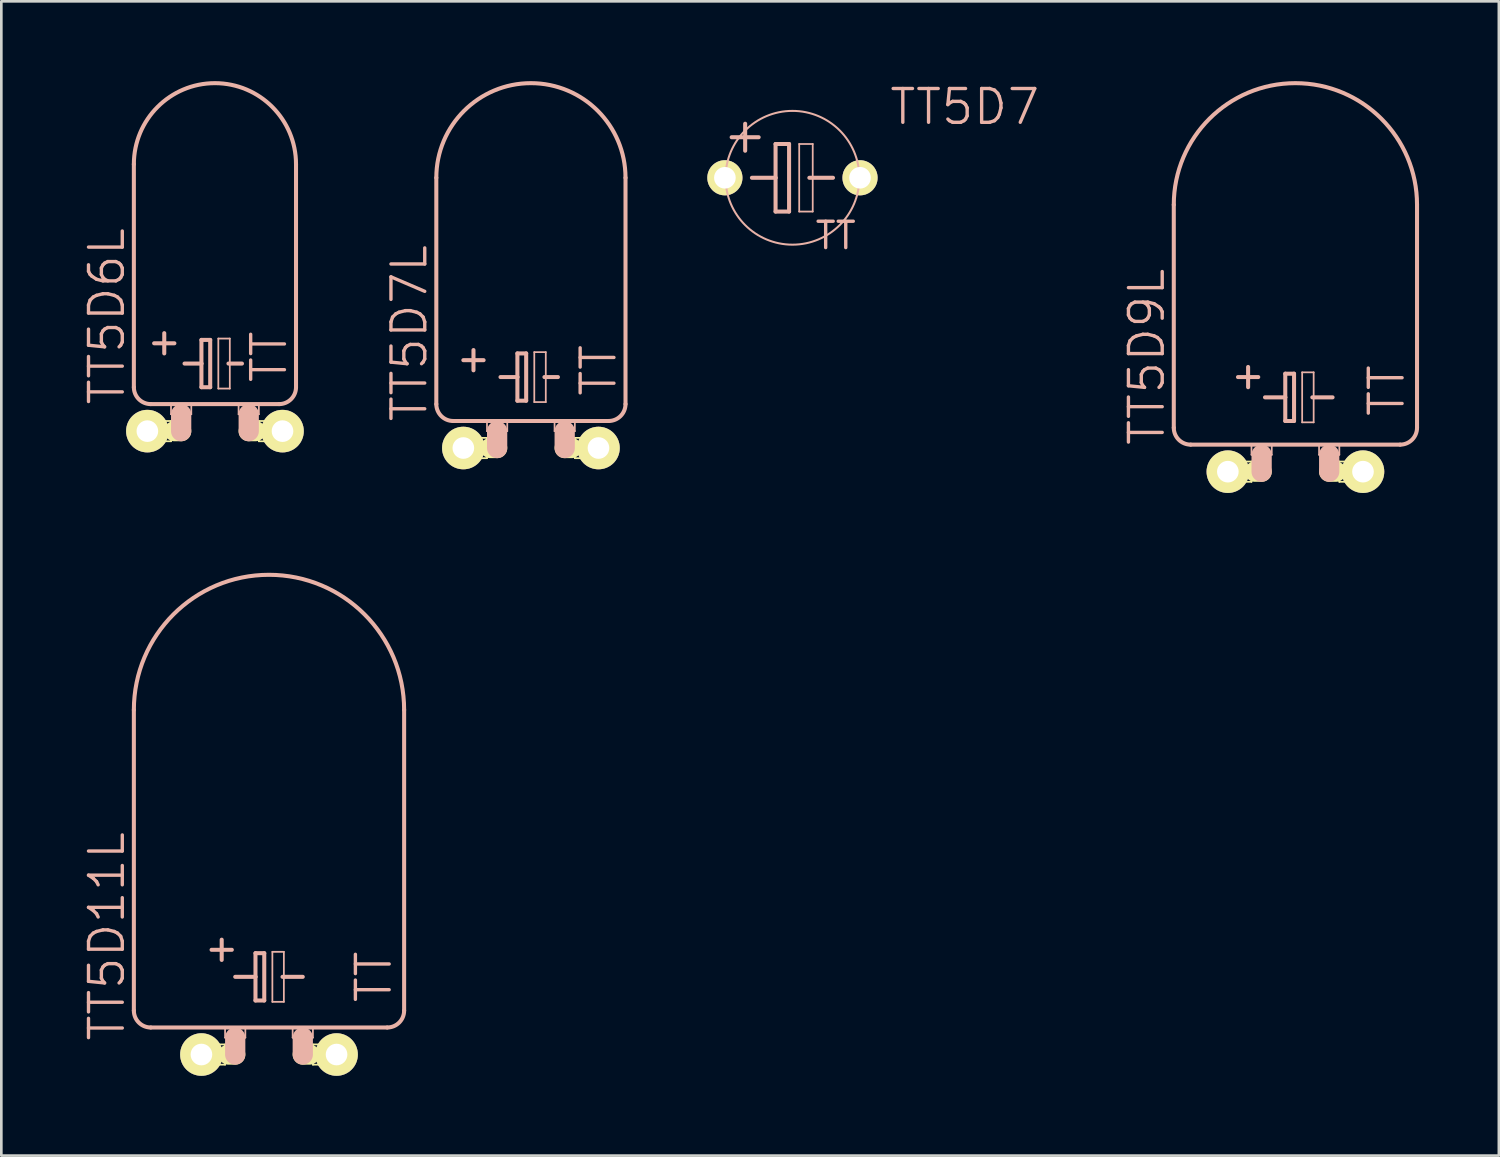
<source format=kicad_pcb>
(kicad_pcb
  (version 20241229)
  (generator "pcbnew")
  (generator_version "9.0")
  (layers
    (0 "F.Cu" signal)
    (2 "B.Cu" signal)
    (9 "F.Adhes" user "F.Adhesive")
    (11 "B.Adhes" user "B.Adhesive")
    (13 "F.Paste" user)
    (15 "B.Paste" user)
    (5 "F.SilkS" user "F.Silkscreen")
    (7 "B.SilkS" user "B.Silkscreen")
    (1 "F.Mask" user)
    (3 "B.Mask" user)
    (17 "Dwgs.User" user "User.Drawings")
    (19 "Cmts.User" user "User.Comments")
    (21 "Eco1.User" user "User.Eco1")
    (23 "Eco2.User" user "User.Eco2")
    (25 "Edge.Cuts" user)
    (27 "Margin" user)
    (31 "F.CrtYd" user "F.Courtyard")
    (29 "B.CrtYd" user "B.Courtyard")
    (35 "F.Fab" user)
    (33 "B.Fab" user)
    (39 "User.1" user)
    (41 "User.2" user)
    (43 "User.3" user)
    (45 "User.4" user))
  (footprint "TT5D11L"
    (layer "F.Cu")
    (at 7.062 36.592)
    (property "Reference" "TT5D11L" (at -6.096 -4.445 90) (layer "B.SilkS") (effects (font (size 1.27 1.27) (thickness 0.127))))
    (attr exclude_from_pos_files exclude_from_bom)
    (fp_line (start -2.54 -0.381) (end -1.651 -0.381) (stroke (width 0.066) (type solid)) (layer "F.SilkS"))
    (fp_line (start -2.54 0.381) (end -2.54 -0.381) (stroke (width 0.066) (type solid)) (layer "F.SilkS"))
    (fp_line (start -2.54 0.381) (end -1.651 0.381) (stroke (width 0.066) (type solid)) (layer "F.SilkS"))
    (fp_line (start -1.651 0.381) (end -1.651 -0.381) (stroke (width 0.066) (type solid)) (layer "F.SilkS"))
    (fp_line (start -1.524 0) (end -1.27 0) (stroke (width 0.762) (type solid)) (layer "F.SilkS"))
    (fp_line (start 1.524 0) (end 1.27 0) (stroke (width 0.762) (type solid)) (layer "F.SilkS"))
    (fp_line (start 1.651 -0.381) (end 2.54 -0.381) (stroke (width 0.066) (type solid)) (layer "F.SilkS"))
    (fp_line (start 1.651 0.381) (end 1.651 -0.381) (stroke (width 0.066) (type solid)) (layer "F.SilkS"))
    (fp_line (start 1.651 0.381) (end 2.54 0.381) (stroke (width 0.066) (type solid)) (layer "F.SilkS"))
    (fp_line (start 2.54 0.381) (end 2.54 -0.381) (stroke (width 0.066) (type solid)) (layer "F.SilkS"))
    (fp_line (start -5.08 -12.954) (end -5.08 -1.651) (stroke (width 0.152) (type solid)) (layer "B.SilkS"))
    (fp_line (start -4.445 -1.016) (end 4.445 -1.016) (stroke (width 0.152) (type solid)) (layer "B.SilkS"))
    (fp_line (start -2.159 -3.937) (end -1.397 -3.937) (stroke (width 0.152) (type solid)) (layer "B.SilkS"))
    (fp_line (start -1.778 -4.318) (end -1.778 -3.556) (stroke (width 0.152) (type solid)) (layer "B.SilkS"))
    (fp_line (start -1.651 -1.016) (end -0.889 -1.016) (stroke (width 0.066) (type solid)) (layer "B.SilkS"))
    (fp_line (start -1.651 -0.635) (end -1.651 -1.016) (stroke (width 0.066) (type solid)) (layer "B.SilkS"))
    (fp_line (start -1.651 -0.635) (end -0.889 -0.635) (stroke (width 0.066) (type solid)) (layer "B.SilkS"))
    (fp_line (start -1.27 -2.921) (end -0.508 -2.921) (stroke (width 0.152) (type solid)) (layer "B.SilkS"))
    (fp_line (start -1.27 -0.635) (end -1.27 0) (stroke (width 0.762) (type solid)) (layer "B.SilkS"))
    (fp_line (start -0.889 -0.635) (end -0.889 -1.016) (stroke (width 0.066) (type solid)) (layer "B.SilkS"))
    (fp_line (start -0.508 -3.81) (end -0.508 -2.921) (stroke (width 0.152) (type solid)) (layer "B.SilkS"))
    (fp_line (start -0.508 -2.921) (end -0.508 -2.032) (stroke (width 0.152) (type solid)) (layer "B.SilkS"))
    (fp_line (start -0.508 -2.032) (end -0.178 -2.032) (stroke (width 0.152) (type solid)) (layer "B.SilkS"))
    (fp_line (start -0.178 -3.81) (end -0.508 -3.81) (stroke (width 0.152) (type solid)) (layer "B.SilkS"))
    (fp_line (start -0.178 -2.032) (end -0.178 -3.81) (stroke (width 0.152) (type solid)) (layer "B.SilkS"))
    (fp_line (start 0.127 -3.861) (end 0.559 -3.861) (stroke (width 0.066) (type solid)) (layer "B.SilkS"))
    (fp_line (start 0.127 -1.981) (end 0.127 -3.861) (stroke (width 0.066) (type solid)) (layer "B.SilkS"))
    (fp_line (start 0.127 -1.981) (end 0.559 -1.981) (stroke (width 0.066) (type solid)) (layer "B.SilkS"))
    (fp_line (start 0.508 -2.921) (end 1.27 -2.921) (stroke (width 0.152) (type solid)) (layer "B.SilkS"))
    (fp_line (start 0.559 -1.981) (end 0.559 -3.861) (stroke (width 0.066) (type solid)) (layer "B.SilkS"))
    (fp_line (start 0.889 -1.016) (end 1.651 -1.016) (stroke (width 0.066) (type solid)) (layer "B.SilkS"))
    (fp_line (start 0.889 -0.635) (end 0.889 -1.016) (stroke (width 0.066) (type solid)) (layer "B.SilkS"))
    (fp_line (start 0.889 -0.635) (end 1.651 -0.635) (stroke (width 0.066) (type solid)) (layer "B.SilkS"))
    (fp_line (start 1.27 -0.635) (end 1.27 0) (stroke (width 0.762) (type solid)) (layer "B.SilkS"))
    (fp_line (start 1.651 -0.635) (end 1.651 -1.016) (stroke (width 0.066) (type solid)) (layer "B.SilkS"))
    (fp_line (start 5.08 -12.954) (end 5.08 -1.651) (stroke (width 0.152) (type solid)) (layer "B.SilkS"))
    (fp_arc (start -5.08 -12.954) (mid 0 -18.034) (end 5.08 -12.954) (stroke (width 0.1524) (type solid)) (layer "B.SilkS"))
    (fp_arc (start -4.445 -1.016) (mid -4.894013 -1.201987) (end -5.08 -1.651) (stroke (width 0.1524) (type solid)) (layer "B.SilkS"))
    (fp_arc (start 5.08 -1.651) (mid 4.894013 -1.201987) (end 4.445 -1.016) (stroke (width 0.1524) (type solid)) (layer "B.SilkS"))
    (fp_text user "TT" (at 3.937 -2.921 90) (layer "B.SilkS") (effects (font (size 1.27 1.27) (thickness 0.127))))
    (pad "+" thru_hole circle (at -2.54 0) (size 1.6 1.6) (drill 0.813) (layers "*.Cu" "F.Mask" "F.SilkS" "F.Paste"))
    (pad "-" thru_hole circle (at 2.54 0) (size 1.6 1.6) (drill 0.813) (layers "*.Cu" "F.Mask" "F.SilkS" "F.Paste")))
  (footprint "TT5D9L"
    (layer "F.Cu")
    (at 45.647 14.681)
    (property "Reference" "TT5D9L" (at -5.588 -4.318 90) (layer "B.SilkS") (effects (font (size 1.27 1.27) (thickness 0.127))))
    (attr exclude_from_pos_files exclude_from_bom)
    (fp_line (start -2.54 -0.381) (end -1.651 -0.381) (stroke (width 0.066) (type solid)) (layer "F.SilkS"))
    (fp_line (start -2.54 0.381) (end -2.54 -0.381) (stroke (width 0.066) (type solid)) (layer "F.SilkS"))
    (fp_line (start -2.54 0.381) (end -1.651 0.381) (stroke (width 0.066) (type solid)) (layer "F.SilkS"))
    (fp_line (start -1.651 0.381) (end -1.651 -0.381) (stroke (width 0.066) (type solid)) (layer "F.SilkS"))
    (fp_line (start -1.524 0) (end -1.27 0) (stroke (width 0.762) (type solid)) (layer "F.SilkS"))
    (fp_line (start 1.524 0) (end 1.27 0) (stroke (width 0.762) (type solid)) (layer "F.SilkS"))
    (fp_line (start 1.651 -0.381) (end 2.54 -0.381) (stroke (width 0.066) (type solid)) (layer "F.SilkS"))
    (fp_line (start 1.651 0.381) (end 1.651 -0.381) (stroke (width 0.066) (type solid)) (layer "F.SilkS"))
    (fp_line (start 1.651 0.381) (end 2.54 0.381) (stroke (width 0.066) (type solid)) (layer "F.SilkS"))
    (fp_line (start 2.54 0.381) (end 2.54 -0.381) (stroke (width 0.066) (type solid)) (layer "F.SilkS"))
    (fp_line (start -4.572 -10.033) (end -4.572 -1.651) (stroke (width 0.152) (type solid)) (layer "B.SilkS"))
    (fp_line (start -3.937 -1.016) (end 3.937 -1.016) (stroke (width 0.152) (type solid)) (layer "B.SilkS"))
    (fp_line (start -2.159 -3.556) (end -1.397 -3.556) (stroke (width 0.152) (type solid)) (layer "B.SilkS"))
    (fp_line (start -1.778 -3.937) (end -1.778 -3.175) (stroke (width 0.152) (type solid)) (layer "B.SilkS"))
    (fp_line (start -1.651 -1.016) (end -0.889 -1.016) (stroke (width 0.066) (type solid)) (layer "B.SilkS"))
    (fp_line (start -1.651 -0.635) (end -1.651 -1.016) (stroke (width 0.066) (type solid)) (layer "B.SilkS"))
    (fp_line (start -1.651 -0.635) (end -0.889 -0.635) (stroke (width 0.066) (type solid)) (layer "B.SilkS"))
    (fp_line (start -1.27 -0.635) (end -1.27 0) (stroke (width 0.762) (type solid)) (layer "B.SilkS"))
    (fp_line (start -1.143 -2.794) (end -0.381 -2.794) (stroke (width 0.152) (type solid)) (layer "B.SilkS"))
    (fp_line (start -0.889 -0.635) (end -0.889 -1.016) (stroke (width 0.066) (type solid)) (layer "B.SilkS"))
    (fp_line (start -0.381 -3.683) (end -0.381 -2.794) (stroke (width 0.152) (type solid)) (layer "B.SilkS"))
    (fp_line (start -0.381 -2.794) (end -0.381 -1.905) (stroke (width 0.152) (type solid)) (layer "B.SilkS"))
    (fp_line (start -0.381 -1.905) (end -0.051 -1.905) (stroke (width 0.152) (type solid)) (layer "B.SilkS"))
    (fp_line (start -0.051 -3.683) (end -0.381 -3.683) (stroke (width 0.152) (type solid)) (layer "B.SilkS"))
    (fp_line (start -0.051 -1.905) (end -0.051 -3.683) (stroke (width 0.152) (type solid)) (layer "B.SilkS"))
    (fp_line (start 0.254 -3.734) (end 0.686 -3.734) (stroke (width 0.066) (type solid)) (layer "B.SilkS"))
    (fp_line (start 0.254 -1.854) (end 0.254 -3.734) (stroke (width 0.066) (type solid)) (layer "B.SilkS"))
    (fp_line (start 0.254 -1.854) (end 0.686 -1.854) (stroke (width 0.066) (type solid)) (layer "B.SilkS"))
    (fp_line (start 0.635 -2.794) (end 1.397 -2.794) (stroke (width 0.152) (type solid)) (layer "B.SilkS"))
    (fp_line (start 0.686 -1.854) (end 0.686 -3.734) (stroke (width 0.066) (type solid)) (layer "B.SilkS"))
    (fp_line (start 0.889 -1.016) (end 1.651 -1.016) (stroke (width 0.066) (type solid)) (layer "B.SilkS"))
    (fp_line (start 0.889 -0.635) (end 0.889 -1.016) (stroke (width 0.066) (type solid)) (layer "B.SilkS"))
    (fp_line (start 0.889 -0.635) (end 1.651 -0.635) (stroke (width 0.066) (type solid)) (layer "B.SilkS"))
    (fp_line (start 1.27 -0.635) (end 1.27 0) (stroke (width 0.762) (type solid)) (layer "B.SilkS"))
    (fp_line (start 1.651 -0.635) (end 1.651 -1.016) (stroke (width 0.066) (type solid)) (layer "B.SilkS"))
    (fp_line (start 4.572 -10.033) (end 4.572 -1.651) (stroke (width 0.152) (type solid)) (layer "B.SilkS"))
    (fp_arc (start -4.572 -10.033) (mid 0 -14.605) (end 4.572 -10.033) (stroke (width 0.1524) (type solid)) (layer "B.SilkS"))
    (fp_arc (start -3.937 -1.016) (mid -4.386013 -1.201987) (end -4.572 -1.651) (stroke (width 0.1524) (type solid)) (layer "B.SilkS"))
    (fp_arc (start 4.572 -1.651) (mid 4.386013 -1.201987) (end 3.937 -1.016) (stroke (width 0.1524) (type solid)) (layer "B.SilkS"))
    (fp_text user "TT" (at 3.429 -3.048 90) (layer "B.SilkS") (effects (font (size 1.27 1.27) (thickness 0.127))))
    (pad "+" thru_hole circle (at -2.54 0) (size 1.6 1.6) (drill 0.813) (layers "*.Cu" "F.Mask" "F.SilkS" "F.Paste"))
    (pad "-" thru_hole circle (at 2.54 0) (size 1.6 1.6) (drill 0.813) (layers "*.Cu" "F.Mask" "F.SilkS" "F.Paste")))
  (footprint "TT5D6L"
    (layer "F.Cu")
    (at 5.03 13.157)
    (property "Reference" "TT5D6L" (at -4.064 -4.318 90) (layer "B.SilkS") (effects (font (size 1.27 1.27) (thickness 0.127))))
    (attr exclude_from_pos_files exclude_from_bom)
    (fp_line (start -2.54 -0.381) (end -1.651 -0.381) (stroke (width 0.066) (type solid)) (layer "F.SilkS"))
    (fp_line (start -2.54 0.381) (end -2.54 -0.381) (stroke (width 0.066) (type solid)) (layer "F.SilkS"))
    (fp_line (start -2.54 0.381) (end -1.651 0.381) (stroke (width 0.066) (type solid)) (layer "F.SilkS"))
    (fp_line (start -1.651 0.381) (end -1.651 -0.381) (stroke (width 0.066) (type solid)) (layer "F.SilkS"))
    (fp_line (start -1.524 0) (end -1.27 0) (stroke (width 0.762) (type solid)) (layer "F.SilkS"))
    (fp_line (start 1.524 0) (end 1.27 0) (stroke (width 0.762) (type solid)) (layer "F.SilkS"))
    (fp_line (start 1.651 -0.381) (end 2.54 -0.381) (stroke (width 0.066) (type solid)) (layer "F.SilkS"))
    (fp_line (start 1.651 0.381) (end 1.651 -0.381) (stroke (width 0.066) (type solid)) (layer "F.SilkS"))
    (fp_line (start 1.651 0.381) (end 2.54 0.381) (stroke (width 0.066) (type solid)) (layer "F.SilkS"))
    (fp_line (start 2.54 0.381) (end 2.54 -0.381) (stroke (width 0.066) (type solid)) (layer "F.SilkS"))
    (fp_line (start -3.048 -10.033) (end -3.048 -1.651) (stroke (width 0.152) (type solid)) (layer "B.SilkS"))
    (fp_line (start -2.413 -1.016) (end 2.413 -1.016) (stroke (width 0.152) (type solid)) (layer "B.SilkS"))
    (fp_line (start -2.286 -3.302) (end -1.524 -3.302) (stroke (width 0.152) (type solid)) (layer "B.SilkS"))
    (fp_line (start -1.905 -2.921) (end -1.905 -3.683) (stroke (width 0.152) (type solid)) (layer "B.SilkS"))
    (fp_line (start -1.651 -1.016) (end -0.889 -1.016) (stroke (width 0.066) (type solid)) (layer "B.SilkS"))
    (fp_line (start -1.651 -0.635) (end -1.651 -1.016) (stroke (width 0.066) (type solid)) (layer "B.SilkS"))
    (fp_line (start -1.651 -0.635) (end -0.889 -0.635) (stroke (width 0.066) (type solid)) (layer "B.SilkS"))
    (fp_line (start -1.27 -0.635) (end -1.27 0) (stroke (width 0.762) (type solid)) (layer "B.SilkS"))
    (fp_line (start -1.143 -2.54) (end -0.508 -2.54) (stroke (width 0.152) (type solid)) (layer "B.SilkS"))
    (fp_line (start -0.889 -0.635) (end -0.889 -1.016) (stroke (width 0.066) (type solid)) (layer "B.SilkS"))
    (fp_line (start -0.508 -3.429) (end -0.508 -2.54) (stroke (width 0.152) (type solid)) (layer "B.SilkS"))
    (fp_line (start -0.508 -2.54) (end -0.508 -1.651) (stroke (width 0.152) (type solid)) (layer "B.SilkS"))
    (fp_line (start -0.508 -1.651) (end -0.178 -1.651) (stroke (width 0.152) (type solid)) (layer "B.SilkS"))
    (fp_line (start -0.178 -3.429) (end -0.508 -3.429) (stroke (width 0.152) (type solid)) (layer "B.SilkS"))
    (fp_line (start -0.178 -1.651) (end -0.178 -3.429) (stroke (width 0.152) (type solid)) (layer "B.SilkS"))
    (fp_line (start 0.127 -3.48) (end 0.559 -3.48) (stroke (width 0.066) (type solid)) (layer "B.SilkS"))
    (fp_line (start 0.127 -1.6) (end 0.127 -3.48) (stroke (width 0.066) (type solid)) (layer "B.SilkS"))
    (fp_line (start 0.127 -1.6) (end 0.559 -1.6) (stroke (width 0.066) (type solid)) (layer "B.SilkS"))
    (fp_line (start 0.508 -2.54) (end 1.016 -2.54) (stroke (width 0.152) (type solid)) (layer "B.SilkS"))
    (fp_line (start 0.559 -1.6) (end 0.559 -3.48) (stroke (width 0.066) (type solid)) (layer "B.SilkS"))
    (fp_line (start 0.889 -1.016) (end 1.651 -1.016) (stroke (width 0.066) (type solid)) (layer "B.SilkS"))
    (fp_line (start 0.889 -0.635) (end 0.889 -1.016) (stroke (width 0.066) (type solid)) (layer "B.SilkS"))
    (fp_line (start 0.889 -0.635) (end 1.651 -0.635) (stroke (width 0.066) (type solid)) (layer "B.SilkS"))
    (fp_line (start 1.27 -0.635) (end 1.27 0) (stroke (width 0.762) (type solid)) (layer "B.SilkS"))
    (fp_line (start 1.651 -0.635) (end 1.651 -1.016) (stroke (width 0.066) (type solid)) (layer "B.SilkS"))
    (fp_line (start 3.048 -10.033) (end 3.048 -1.651) (stroke (width 0.152) (type solid)) (layer "B.SilkS"))
    (fp_arc (start -3.048 -10.033) (mid 0 -13.081) (end 3.048 -10.033) (stroke (width 0.1524) (type solid)) (layer "B.SilkS"))
    (fp_arc (start -2.413 -1.016) (mid -2.862013 -1.201987) (end -3.048 -1.651) (stroke (width 0.1524) (type solid)) (layer "B.SilkS"))
    (fp_arc (start 3.048 -1.651) (mid 2.862013 -1.201987) (end 2.413 -1.016) (stroke (width 0.1524) (type solid)) (layer "B.SilkS"))
    (fp_text user "TT" (at 2.032 -2.794 90) (layer "B.SilkS") (effects (font (size 1.27 1.27) (thickness 0.127))))
    (pad "+" thru_hole circle (at -2.54 0) (size 1.6 1.6) (drill 0.813) (layers "*.Cu" "F.Mask" "F.SilkS" "F.Paste"))
    (pad "-" thru_hole circle (at 2.54 0) (size 1.6 1.6) (drill 0.813) (layers "*.Cu" "F.Mask" "F.SilkS" "F.Paste")))
  (footprint "TT5D7"
    (layer "F.Cu")
    (at 26.74 3.633)
    (property "Reference" "TT5D7" (at 6.477 -2.667 0) (layer "B.SilkS") (effects (font (size 1.27 1.27) (thickness 0.127))))
    (attr exclude_from_pos_files exclude_from_bom)
    (fp_line (start -2.286 -1.524) (end -1.27 -1.524) (stroke (width 0.152) (type solid)) (layer "B.SilkS"))
    (fp_line (start -1.778 -1.016) (end -1.778 -2.032) (stroke (width 0.152) (type solid)) (layer "B.SilkS"))
    (fp_line (start -1.524 0) (end -0.635 0) (stroke (width 0.152) (type solid)) (layer "B.SilkS"))
    (fp_line (start -0.635 -1.27) (end -0.635 0) (stroke (width 0.152) (type solid)) (layer "B.SilkS"))
    (fp_line (start -0.635 0) (end -0.635 1.27) (stroke (width 0.152) (type solid)) (layer "B.SilkS"))
    (fp_line (start -0.635 1.27) (end -0.127 1.27) (stroke (width 0.152) (type solid)) (layer "B.SilkS"))
    (fp_line (start -0.127 -1.27) (end -0.635 -1.27) (stroke (width 0.152) (type solid)) (layer "B.SilkS"))
    (fp_line (start -0.127 1.27) (end -0.127 -1.27) (stroke (width 0.152) (type solid)) (layer "B.SilkS"))
    (fp_line (start 0.254 -1.27) (end 0.762 -1.27) (stroke (width 0.066) (type solid)) (layer "B.SilkS"))
    (fp_line (start 0.254 1.27) (end 0.254 -1.27) (stroke (width 0.066) (type solid)) (layer "B.SilkS"))
    (fp_line (start 0.254 1.27) (end 0.762 1.27) (stroke (width 0.066) (type solid)) (layer "B.SilkS"))
    (fp_line (start 0.635 0) (end 1.524 0) (stroke (width 0.152) (type solid)) (layer "B.SilkS"))
    (fp_line (start 0.762 1.27) (end 0.762 -1.27) (stroke (width 0.066) (type solid)) (layer "B.SilkS"))
    (fp_circle (center 0 0) (end -1.778 1.778) (stroke (width 0.076) (type solid)) (fill no) (layer "B.SilkS"))
    (fp_text user "TT" (at 1.626 2.172 0) (layer "B.SilkS") (effects (font (size 0.991 0.991) (thickness 0.127))))
    (pad "+" thru_hole circle (at -2.54 0) (size 1.321 1.321) (drill 0.813) (layers "*.Cu" "F.Mask" "F.SilkS" "F.Paste"))
    (pad "-" thru_hole circle (at 2.54 0) (size 1.321 1.321) (drill 0.813) (layers "*.Cu" "F.Mask" "F.SilkS" "F.Paste")))
  (footprint "TT5D7L"
    (layer "F.Cu")
    (at 16.908 13.792)
    (property "Reference" "TT5D7L" (at -4.572 -4.318 90) (layer "B.SilkS") (effects (font (size 1.27 1.27) (thickness 0.127))))
    (attr exclude_from_pos_files exclude_from_bom)
    (fp_line (start -2.54 -0.381) (end -1.651 -0.381) (stroke (width 0.066) (type solid)) (layer "F.SilkS"))
    (fp_line (start -2.54 0.381) (end -2.54 -0.381) (stroke (width 0.066) (type solid)) (layer "F.SilkS"))
    (fp_line (start -2.54 0.381) (end -1.651 0.381) (stroke (width 0.066) (type solid)) (layer "F.SilkS"))
    (fp_line (start -1.651 0.381) (end -1.651 -0.381) (stroke (width 0.066) (type solid)) (layer "F.SilkS"))
    (fp_line (start -1.524 0) (end -1.27 0) (stroke (width 0.762) (type solid)) (layer "F.SilkS"))
    (fp_line (start 1.524 0) (end 1.27 0) (stroke (width 0.762) (type solid)) (layer "F.SilkS"))
    (fp_line (start 1.651 -0.381) (end 2.54 -0.381) (stroke (width 0.066) (type solid)) (layer "F.SilkS"))
    (fp_line (start 1.651 0.381) (end 1.651 -0.381) (stroke (width 0.066) (type solid)) (layer "F.SilkS"))
    (fp_line (start 1.651 0.381) (end 2.54 0.381) (stroke (width 0.066) (type solid)) (layer "F.SilkS"))
    (fp_line (start 2.54 0.381) (end 2.54 -0.381) (stroke (width 0.066) (type solid)) (layer "F.SilkS"))
    (fp_line (start -3.556 -10.16) (end -3.556 -1.651) (stroke (width 0.152) (type solid)) (layer "B.SilkS"))
    (fp_line (start -2.921 -1.016) (end 2.921 -1.016) (stroke (width 0.152) (type solid)) (layer "B.SilkS"))
    (fp_line (start -2.54 -3.302) (end -1.778 -3.302) (stroke (width 0.152) (type solid)) (layer "B.SilkS"))
    (fp_line (start -2.159 -3.683) (end -2.159 -2.921) (stroke (width 0.152) (type solid)) (layer "B.SilkS"))
    (fp_line (start -1.651 -1.016) (end -0.889 -1.016) (stroke (width 0.066) (type solid)) (layer "B.SilkS"))
    (fp_line (start -1.651 -0.635) (end -1.651 -1.016) (stroke (width 0.066) (type solid)) (layer "B.SilkS"))
    (fp_line (start -1.651 -0.635) (end -0.889 -0.635) (stroke (width 0.066) (type solid)) (layer "B.SilkS"))
    (fp_line (start -1.27 -0.635) (end -1.27 0) (stroke (width 0.762) (type solid)) (layer "B.SilkS"))
    (fp_line (start -1.143 -2.667) (end -0.508 -2.667) (stroke (width 0.152) (type solid)) (layer "B.SilkS"))
    (fp_line (start -0.889 -0.635) (end -0.889 -1.016) (stroke (width 0.066) (type solid)) (layer "B.SilkS"))
    (fp_line (start -0.508 -3.556) (end -0.508 -2.667) (stroke (width 0.152) (type solid)) (layer "B.SilkS"))
    (fp_line (start -0.508 -2.667) (end -0.508 -1.778) (stroke (width 0.152) (type solid)) (layer "B.SilkS"))
    (fp_line (start -0.508 -1.778) (end -0.178 -1.778) (stroke (width 0.152) (type solid)) (layer "B.SilkS"))
    (fp_line (start -0.178 -3.556) (end -0.508 -3.556) (stroke (width 0.152) (type solid)) (layer "B.SilkS"))
    (fp_line (start -0.178 -1.778) (end -0.178 -3.556) (stroke (width 0.152) (type solid)) (layer "B.SilkS"))
    (fp_line (start 0.127 -3.604) (end 0.559 -3.604) (stroke (width 0.066) (type solid)) (layer "B.SilkS"))
    (fp_line (start 0.127 -1.727) (end 0.127 -3.604) (stroke (width 0.066) (type solid)) (layer "B.SilkS"))
    (fp_line (start 0.127 -1.727) (end 0.559 -1.727) (stroke (width 0.066) (type solid)) (layer "B.SilkS"))
    (fp_line (start 0.508 -2.667) (end 1.016 -2.667) (stroke (width 0.152) (type solid)) (layer "B.SilkS"))
    (fp_line (start 0.559 -1.727) (end 0.559 -3.604) (stroke (width 0.066) (type solid)) (layer "B.SilkS"))
    (fp_line (start 0.889 -1.016) (end 1.651 -1.016) (stroke (width 0.066) (type solid)) (layer "B.SilkS"))
    (fp_line (start 0.889 -0.635) (end 0.889 -1.016) (stroke (width 0.066) (type solid)) (layer "B.SilkS"))
    (fp_line (start 0.889 -0.635) (end 1.651 -0.635) (stroke (width 0.066) (type solid)) (layer "B.SilkS"))
    (fp_line (start 1.27 -0.635) (end 1.27 0) (stroke (width 0.762) (type solid)) (layer "B.SilkS"))
    (fp_line (start 1.651 -0.635) (end 1.651 -1.016) (stroke (width 0.066) (type solid)) (layer "B.SilkS"))
    (fp_line (start 3.556 -10.16) (end 3.556 -1.651) (stroke (width 0.152) (type solid)) (layer "B.SilkS"))
    (fp_arc (start -3.556 -10.16) (mid 0 -13.716) (end 3.556 -10.16) (stroke (width 0.1524) (type solid)) (layer "B.SilkS"))
    (fp_arc (start -2.921 -1.016) (mid -3.370013 -1.201987) (end -3.556 -1.651) (stroke (width 0.1524) (type solid)) (layer "B.SilkS"))
    (fp_arc (start 3.556 -1.651) (mid 3.370013 -1.201987) (end 2.921 -1.016) (stroke (width 0.1524) (type solid)) (layer "B.SilkS"))
    (fp_text user "TT" (at 2.54 -2.921 90) (layer "B.SilkS") (effects (font (size 1.27 1.27) (thickness 0.127))))
    (pad "+" thru_hole circle (at -2.54 0) (size 1.6 1.6) (drill 0.813) (layers "*.Cu" "F.Mask" "F.SilkS" "F.Paste"))
    (pad "-" thru_hole circle (at 2.54 0) (size 1.6 1.6) (drill 0.813) (layers "*.Cu" "F.Mask" "F.SilkS" "F.Paste")))
  (gr_rect
    (start -3 -3)
    (end 53.295 40.392)
    (stroke (width 0.1) (type default))
    (fill no)
    (layer "Edge.Cuts")))
</source>
